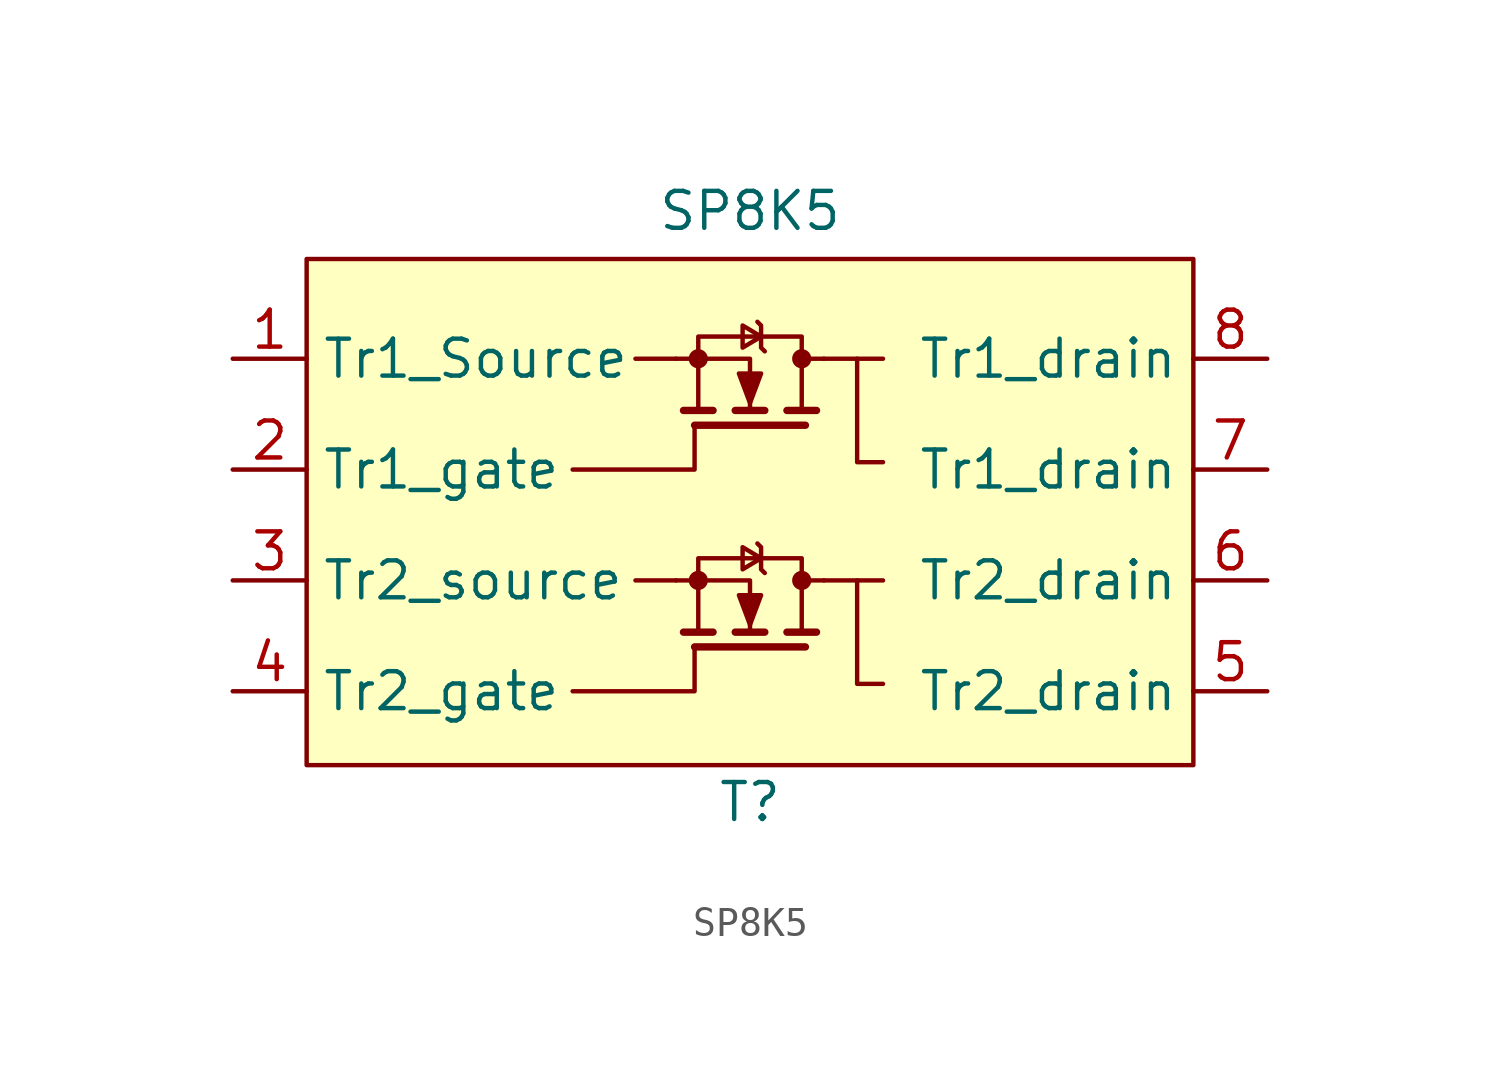
<source format=kicad_sym>
(kicad_symbol_lib
  (version 20211014)
  (generator kicad_symbol_editor)
  (symbol "SP8K5"
    (property "Reference" "T"
      (at 0 -8.89 0)
      (effects (font (size 1.27 1.27))))
    (property "Value" "SP8K5"
      (at 0 11.43 0)
      (effects (font (size 1.27 1.27))))
    (symbol "SP8K5_0_1"
      (circle (center -1.778 -1.27) (radius 0.254) (stroke (width 0) (type default) (color 0 0 0 0)) (fill (type outline)))
      (circle (center -1.778 6.35) (radius 0.254) (stroke (width 0) (type default) (color 0 0 0 0)) (fill (type outline)))
      (polyline (pts (xy -2.54 -1.27) (xy -3.937 -1.27)) (stroke (width 0) (type default) (color 0 0 0 0)) (fill (type none)))
      (polyline (pts (xy -2.54 6.35) (xy -3.937 6.35)) (stroke (width 0) (type default) (color 0 0 0 0)) (fill (type none)))
      (polyline (pts (xy -1.27 -3.048) (xy -2.286 -3.048)) (stroke (width 0.254) (type default) (color 0 0 0 0)) (fill (type none)))
      (polyline (pts (xy -1.27 4.572) (xy -2.286 4.572)) (stroke (width 0.254) (type default) (color 0 0 0 0)) (fill (type none)))
      (polyline (pts (xy 0.508 -3.048) (xy -0.508 -3.048)) (stroke (width 0.254) (type default) (color 0 0 0 0)) (fill (type none)))
      (polyline (pts (xy 0.508 4.572) (xy -0.508 4.572)) (stroke (width 0.254) (type default) (color 0 0 0 0)) (fill (type none)))
      (polyline (pts (xy 1.905 -3.556) (xy -1.905 -3.556)) (stroke (width 0.254) (type default) (color 0 0 0 0)) (fill (type none)))
      (polyline (pts (xy 1.905 4.064) (xy -1.905 4.064)) (stroke (width 0.254) (type default) (color 0 0 0 0)) (fill (type none)))
      (polyline (pts (xy 2.286 -3.048) (xy 1.27 -3.048)) (stroke (width 0.254) (type default) (color 0 0 0 0)) (fill (type none)))
      (polyline (pts (xy 2.286 4.572) (xy 1.27 4.572)) (stroke (width 0.254) (type default) (color 0 0 0 0)) (fill (type none)))
      (polyline (pts (xy 2.54 -1.27) (xy 1.778 -1.27)) (stroke (width 0) (type default) (color 0 0 0 0)) (fill (type none)))
      (polyline (pts (xy 2.54 -1.27) (xy 4.572 -1.27)) (stroke (width 0) (type default) (color 0 0 0 0)) (fill (type none)))
      (polyline (pts (xy 2.54 6.35) (xy 1.778 6.35)) (stroke (width 0) (type default) (color 0 0 0 0)) (fill (type none)))
      (polyline (pts (xy 2.54 6.35) (xy 4.572 6.35)) (stroke (width 0) (type default) (color 0 0 0 0)) (fill (type none)))
      (polyline (pts (xy -2.54 -1.27) (xy 0 -1.27) (xy 0 -3.048)) (stroke (width 0) (type default) (color 0 0 0 0)) (fill (type none)))
      (polyline (pts (xy -2.54 6.35) (xy 0 6.35) (xy 0 4.572)) (stroke (width 0) (type default) (color 0 0 0 0)) (fill (type none)))
      (polyline (pts (xy -1.905 -3.556) (xy -1.905 -5.08) (xy -6.096 -5.08)) (stroke (width 0) (type default) (color 0 0 0 0)) (fill (type none)))
      (polyline (pts (xy -1.905 4.064) (xy -1.905 2.54) (xy -6.096 2.54)) (stroke (width 0) (type default) (color 0 0 0 0)) (fill (type none)))
      (polyline (pts (xy 3.683 -1.27) (xy 3.683 -4.826) (xy 4.572 -4.826)) (stroke (width 0) (type default) (color 0 0 0 0)) (fill (type none)))
      (polyline (pts (xy 3.683 6.35) (xy 3.683 2.794) (xy 4.572 2.794)) (stroke (width 0) (type default) (color 0 0 0 0)) (fill (type none)))
      (polyline (pts (xy -1.778 -3.048) (xy -1.778 -0.508) (xy 1.778 -0.508) (xy 1.778 -3.048)) (stroke (width 0) (type default) (color 0 0 0 0)) (fill (type none)))
      (polyline (pts (xy -1.778 4.572) (xy -1.778 7.112) (xy 1.778 7.112) (xy 1.778 4.572)) (stroke (width 0) (type default) (color 0 0 0 0)) (fill (type none)))
      (polyline (pts (xy 0 -2.794) (xy 0.381 -1.778) (xy -0.381 -1.778) (xy 0 -2.794)) (stroke (width 0) (type default) (color 0 0 0 0)) (fill (type outline)))
      (polyline (pts (xy 0 4.826) (xy 0.381 5.842) (xy -0.381 5.842) (xy 0 4.826)) (stroke (width 0) (type default) (color 0 0 0 0)) (fill (type outline)))
      (polyline (pts (xy 0.381 -0.508) (xy -0.254 -0.889) (xy -0.254 -0.127) (xy 0.381 -0.508)) (stroke (width 0) (type default) (color 0 0 0 0)) (fill (type none)))
      (polyline (pts (xy 0.381 7.112) (xy -0.254 6.731) (xy -0.254 7.493) (xy 0.381 7.112)) (stroke (width 0) (type default) (color 0 0 0 0)) (fill (type none)))
      (polyline (pts (xy 0.508 -1.016) (xy 0.381 -0.889) (xy 0.381 -0.127) (xy 0.254 0)) (stroke (width 0) (type default) (color 0 0 0 0)) (fill (type none)))
      (polyline (pts (xy 0.508 6.604) (xy 0.381 6.731) (xy 0.381 7.493) (xy 0.254 7.62)) (stroke (width 0) (type default) (color 0 0 0 0)) (fill (type none)))
      (circle (center 1.778 -1.27) (radius 0.254) (stroke (width 0) (type default) (color 0 0 0 0)) (fill (type outline)))
      (circle (center 1.778 6.35) (radius 0.254) (stroke (width 0) (type default) (color 0 0 0 0)) (fill (type outline)))
      (rectangle (start 15.24 9.779) (end -15.24 -7.62) (stroke (width 0) (type default) (color 0 0 0 0)) (fill (type background))))
    (symbol "SP8K5_1_1"
      (pin input line (at -17.78 6.35 0) (length 2.54) (name "Tr1_Source" (effects (font (size 1.27 1.27)))) (number "1" (effects (font (size 1.27 1.27)))))
      (pin input line (at -17.78 2.54 0) (length 2.54) (name "Tr1_gate" (effects (font (size 1.27 1.27)))) (number "2" (effects (font (size 1.27 1.27)))))
      (pin input line (at -17.78 -1.27 0) (length 2.54) (name "Tr2_source" (effects (font (size 1.27 1.27)))) (number "3" (effects (font (size 1.27 1.27)))))
      (pin input line (at -17.78 -5.08 0) (length 2.54) (name "Tr2_gate" (effects (font (size 1.27 1.27)))) (number "4" (effects (font (size 1.27 1.27)))))
      (pin output line (at 17.78 -5.08 180) (length 2.54) (name "Tr2_drain" (effects (font (size 1.27 1.27)))) (number "5" (effects (font (size 1.27 1.27)))))
      (pin output line (at 17.78 -1.27 180) (length 2.54) (name "Tr2_drain" (effects (font (size 1.27 1.27)))) (number "6" (effects (font (size 1.27 1.27)))))
      (pin output line (at 17.78 2.54 180) (length 2.54) (name "Tr1_drain" (effects (font (size 1.27 1.27)))) (number "7" (effects (font (size 1.27 1.27)))))
      (pin output line (at 17.78 6.35 180) (length 2.54) (name "Tr1_drain" (effects (font (size 1.27 1.27)))) (number "8" (effects (font (size 1.27 1.27))))))))
</source>
